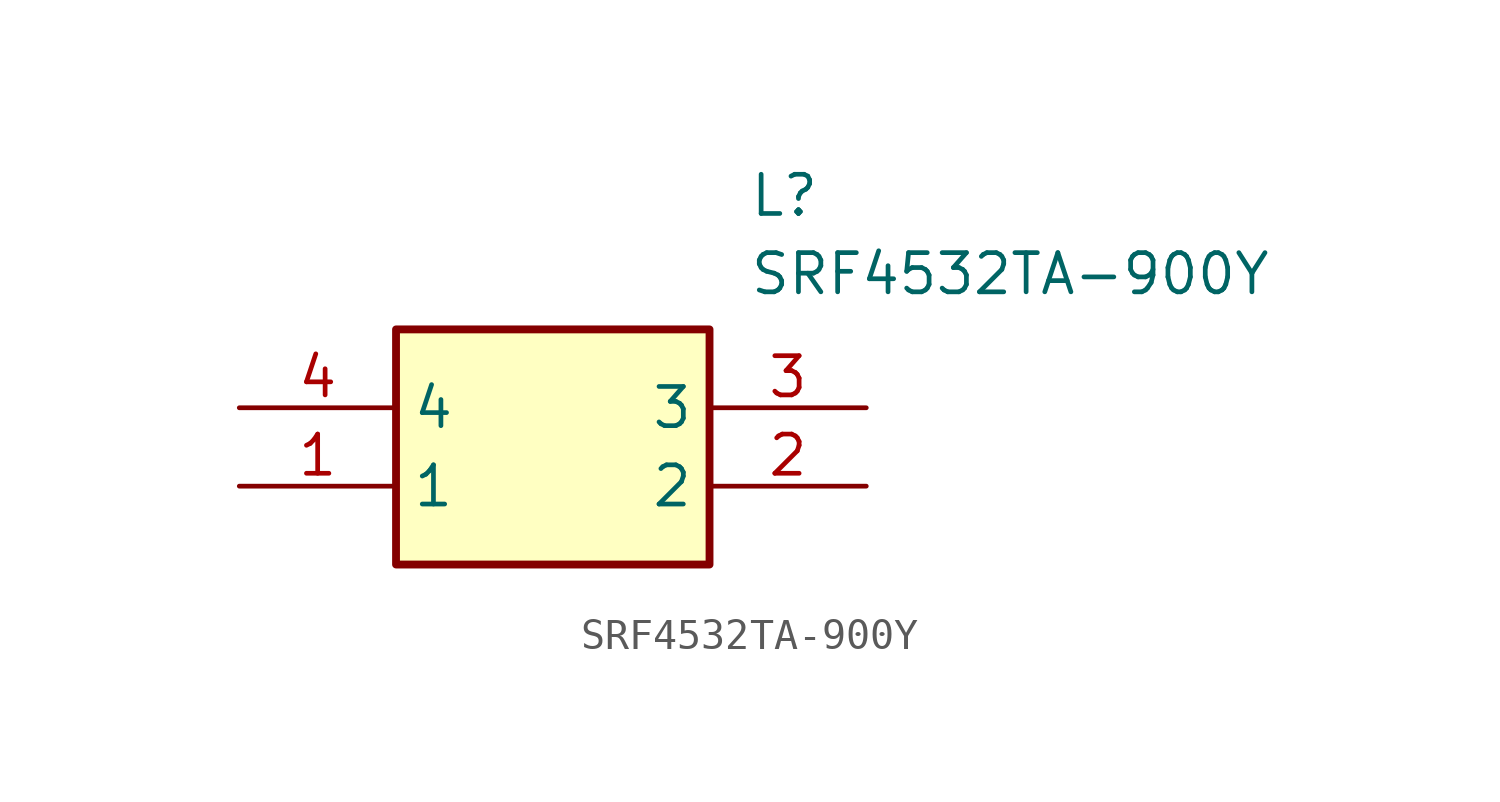
<source format=kicad_sym>
(kicad_symbol_lib
  (version 20211014)
  (generator SamacSys_ECAD_Model)
  (symbol "SRF4532TA-900Y"
    (property "Reference" "L"
      (at 16.51 7.62 0)
      (effects (font (size 1.27 1.27)) (justify left top)))
    (property "Value" "SRF4532TA-900Y"
      (at 16.51 5.08 0)
      (effects (font (size 1.27 1.27)) (justify left top)))
    (rectangle
      (start 5.08 2.54)
      (end 15.24 -5.08)
      (stroke (width 0.254) (type default))
      (fill (type background)))
    (pin passive line
      (at 0 -2.54 0)
      (length 5.08)
      (name "1" (effects (font (size 1.27 1.27))))
      (number "1" (effects (font (size 1.27 1.27)))))
    (pin passive line
      (at 20.32 -2.54 180)
      (length 5.08)
      (name "2" (effects (font (size 1.27 1.27))))
      (number "2" (effects (font (size 1.27 1.27)))))
    (pin passive line
      (at 20.32 0 180)
      (length 5.08)
      (name "3" (effects (font (size 1.27 1.27))))
      (number "3" (effects (font (size 1.27 1.27)))))
    (pin passive line
      (at 0 0 0)
      (length 5.08)
      (name "4" (effects (font (size 1.27 1.27))))
      (number "4" (effects (font (size 1.27 1.27)))))))
</source>
